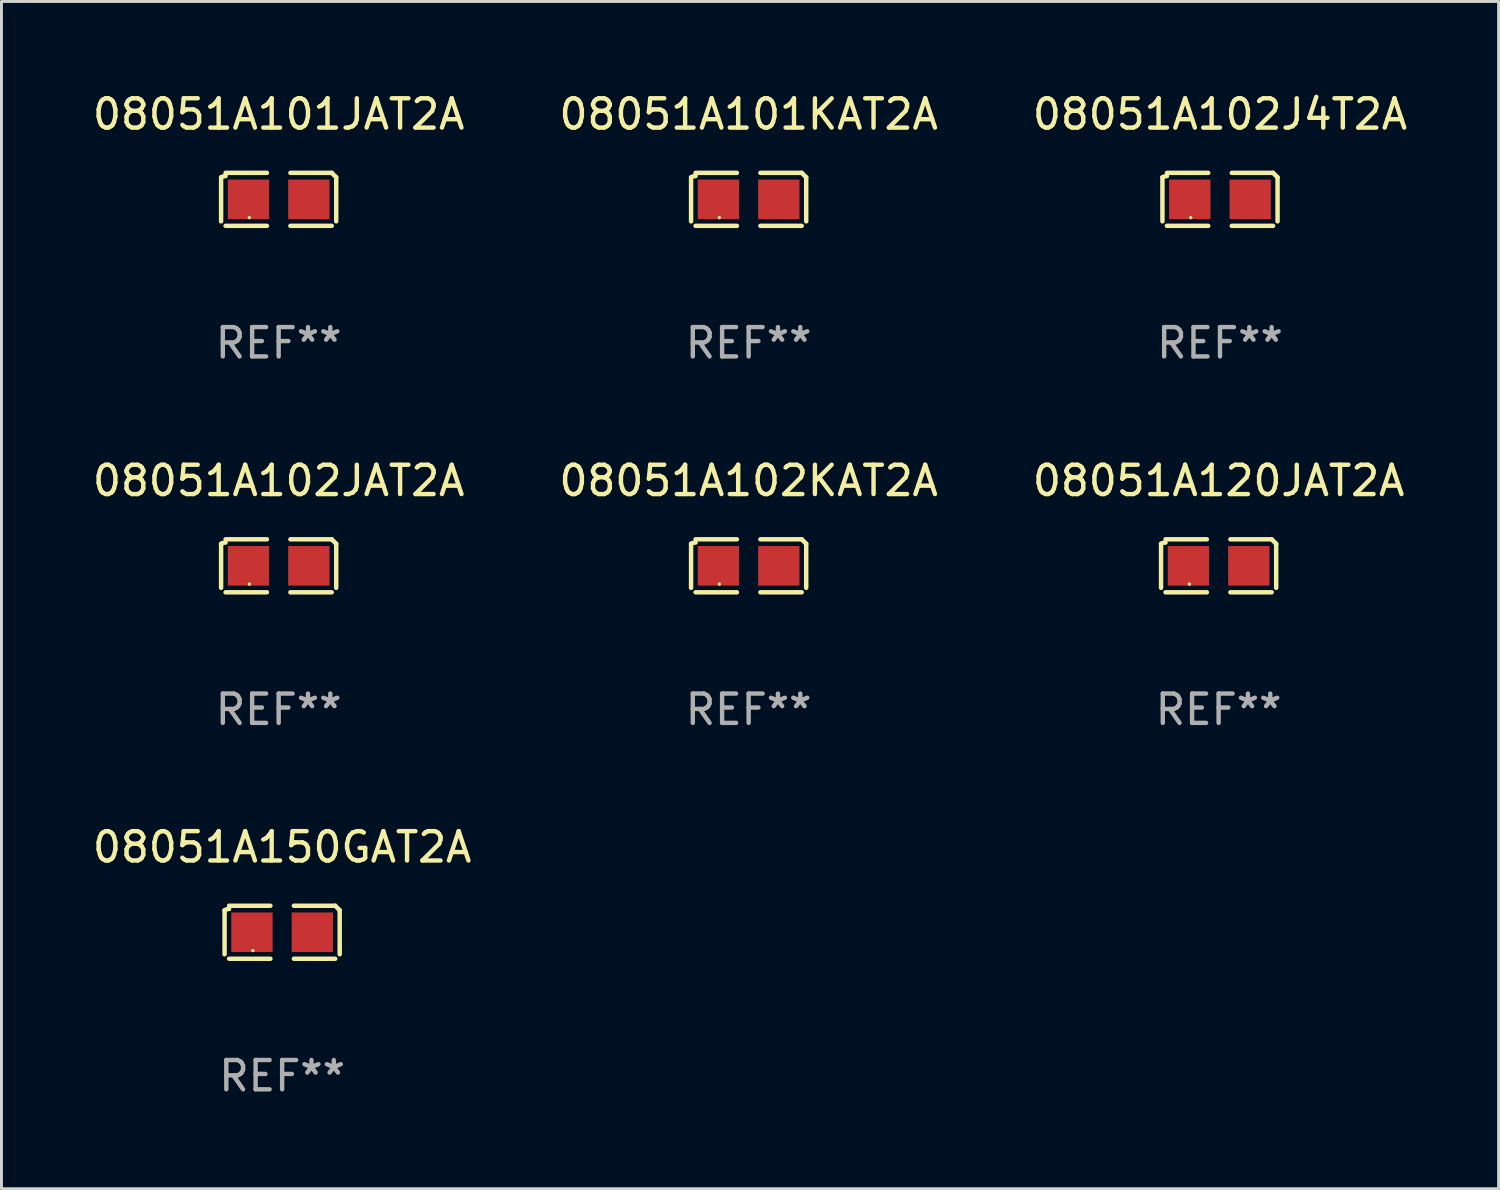
<source format=kicad_pcb>
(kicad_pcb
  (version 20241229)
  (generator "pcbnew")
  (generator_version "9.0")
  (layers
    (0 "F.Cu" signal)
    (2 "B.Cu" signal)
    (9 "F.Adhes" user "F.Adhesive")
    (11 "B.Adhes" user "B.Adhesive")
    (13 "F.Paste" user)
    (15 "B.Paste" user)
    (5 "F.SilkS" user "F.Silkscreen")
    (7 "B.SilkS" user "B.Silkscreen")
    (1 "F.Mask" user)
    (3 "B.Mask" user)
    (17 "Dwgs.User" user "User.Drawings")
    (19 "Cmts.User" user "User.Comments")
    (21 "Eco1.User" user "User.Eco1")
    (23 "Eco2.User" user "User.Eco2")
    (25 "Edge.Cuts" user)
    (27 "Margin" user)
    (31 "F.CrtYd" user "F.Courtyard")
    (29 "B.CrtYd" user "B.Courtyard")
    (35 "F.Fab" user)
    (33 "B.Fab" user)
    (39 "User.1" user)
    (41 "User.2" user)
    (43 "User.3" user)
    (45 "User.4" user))
  (footprint "08051A101JAT2A"
    (layer "F.Cu")
    (at 6.458 3.752)
    (property "Reference" "08051A101JAT2A" (at 0 -2.904 0) (layer "F.SilkS") (effects (font (size 1 1) (thickness 0.15))))
    (attr through_hole)
    (fp_line (start -1.964 0.751) (end -1.964 -0.751) (stroke (width 0.152) (type solid)) (layer "F.SilkS"))
    (fp_line (start -1.811 -0.904) (end -0.401 -0.904) (stroke (width 0.152) (type solid)) (layer "F.SilkS"))
    (fp_line (start -0.401 0.904) (end -1.811 0.904) (stroke (width 0.152) (type solid)) (layer "F.SilkS"))
    (fp_line (start 0.401 0.904) (end 1.811 0.904) (stroke (width 0.152) (type solid)) (layer "F.SilkS"))
    (fp_line (start 1.811 -0.904) (end 0.401 -0.904) (stroke (width 0.152) (type solid)) (layer "F.SilkS"))
    (fp_line (start 1.964 0.751) (end 1.964 -0.751) (stroke (width 0.152) (type solid)) (layer "F.SilkS"))
    (fp_arc (start -1.963602 -0.751207) (mid -1.890354 -0.783131) (end -1.811201 -0.794044) (stroke (width 0.1524) (type solid)) (layer "F.SilkS"))
    (fp_arc (start 1.811202 -0.903607) (mid 1.887413 -0.827418) (end 1.963602 -0.751207) (stroke (width 0.1524) (type solid)) (layer "F.SilkS"))
    (fp_circle (center -1 0.625) (end -0.97 0.625) (stroke (width 0.06) (type solid)) (fill no) (layer "F.SilkS"))
    (fp_text user "REF**" (at 0 4.904 0) (layer "F.Fab") (effects (font (size 1 1) (thickness 0.15))))
    (pad "1" smd rect (at -1.03 0) (size 1.41 1.35) (layers "F.Cu" "F.Mask" "F.Paste"))
    (pad "2" smd rect (at 1.03 0) (size 1.41 1.35) (layers "F.Cu" "F.Mask" "F.Paste")))
  (footprint "08051A102JAT2A"
    (layer "F.Cu")
    (at 6.458 16.256)
    (property "Reference" "08051A102JAT2A" (at 0 -2.904 0) (layer "F.SilkS") (effects (font (size 1 1) (thickness 0.15))))
    (attr through_hole)
    (fp_line (start -1.964 0.751) (end -1.964 -0.751) (stroke (width 0.152) (type solid)) (layer "F.SilkS"))
    (fp_line (start -1.811 -0.904) (end -0.401 -0.904) (stroke (width 0.152) (type solid)) (layer "F.SilkS"))
    (fp_line (start -0.401 0.904) (end -1.811 0.904) (stroke (width 0.152) (type solid)) (layer "F.SilkS"))
    (fp_line (start 0.401 0.904) (end 1.811 0.904) (stroke (width 0.152) (type solid)) (layer "F.SilkS"))
    (fp_line (start 1.811 -0.904) (end 0.401 -0.904) (stroke (width 0.152) (type solid)) (layer "F.SilkS"))
    (fp_line (start 1.964 0.751) (end 1.964 -0.751) (stroke (width 0.152) (type solid)) (layer "F.SilkS"))
    (fp_arc (start -1.963602 -0.751207) (mid -1.890354 -0.783131) (end -1.811201 -0.794044) (stroke (width 0.1524) (type solid)) (layer "F.SilkS"))
    (fp_arc (start 1.811202 -0.903607) (mid 1.887413 -0.827418) (end 1.963602 -0.751207) (stroke (width 0.1524) (type solid)) (layer "F.SilkS"))
    (fp_circle (center -1 0.625) (end -0.97 0.625) (stroke (width 0.06) (type solid)) (fill no) (layer "F.SilkS"))
    (fp_text user "REF**" (at 0 4.904 0) (layer "F.Fab") (effects (font (size 1 1) (thickness 0.15))))
    (pad "1" smd rect (at -1.03 0) (size 1.41 1.35) (layers "F.Cu" "F.Mask" "F.Paste"))
    (pad "2" smd rect (at 1.03 0) (size 1.41 1.35) (layers "F.Cu" "F.Mask" "F.Paste")))
  (footprint "08051A102KAT2A"
    (layer "F.Cu")
    (at 22.494 16.256)
    (property "Reference" "08051A102KAT2A" (at 0 -2.904 0) (layer "F.SilkS") (effects (font (size 1 1) (thickness 0.15))))
    (attr through_hole)
    (fp_line (start -1.964 0.751) (end -1.964 -0.751) (stroke (width 0.152) (type solid)) (layer "F.SilkS"))
    (fp_line (start -1.811 -0.904) (end -0.401 -0.904) (stroke (width 0.152) (type solid)) (layer "F.SilkS"))
    (fp_line (start -0.401 0.904) (end -1.811 0.904) (stroke (width 0.152) (type solid)) (layer "F.SilkS"))
    (fp_line (start 0.401 0.904) (end 1.811 0.904) (stroke (width 0.152) (type solid)) (layer "F.SilkS"))
    (fp_line (start 1.811 -0.904) (end 0.401 -0.904) (stroke (width 0.152) (type solid)) (layer "F.SilkS"))
    (fp_line (start 1.964 0.751) (end 1.964 -0.751) (stroke (width 0.152) (type solid)) (layer "F.SilkS"))
    (fp_arc (start -1.963602 -0.751207) (mid -1.890354 -0.783131) (end -1.811201 -0.794044) (stroke (width 0.1524) (type solid)) (layer "F.SilkS"))
    (fp_arc (start 1.811202 -0.903607) (mid 1.887413 -0.827418) (end 1.963602 -0.751207) (stroke (width 0.1524) (type solid)) (layer "F.SilkS"))
    (fp_circle (center -1 0.625) (end -0.97 0.625) (stroke (width 0.06) (type solid)) (fill no) (layer "F.SilkS"))
    (fp_text user "REF**" (at 0 4.904 0) (layer "F.Fab") (effects (font (size 1 1) (thickness 0.15))))
    (pad "1" smd rect (at -1.03 0) (size 1.41 1.35) (layers "F.Cu" "F.Mask" "F.Paste"))
    (pad "2" smd rect (at 1.03 0) (size 1.41 1.35) (layers "F.Cu" "F.Mask" "F.Paste")))
  (footprint "08051A102J4T2A"
    (layer "F.Cu")
    (at 38.577 3.752)
    (property "Reference" "08051A102J4T2A" (at 0 -2.904 0) (layer "F.SilkS") (effects (font (size 1 1) (thickness 0.15))))
    (attr through_hole)
    (fp_line (start -1.964 0.751) (end -1.964 -0.751) (stroke (width 0.152) (type solid)) (layer "F.SilkS"))
    (fp_line (start -1.811 -0.904) (end -0.401 -0.904) (stroke (width 0.152) (type solid)) (layer "F.SilkS"))
    (fp_line (start -0.401 0.904) (end -1.811 0.904) (stroke (width 0.152) (type solid)) (layer "F.SilkS"))
    (fp_line (start 0.401 0.904) (end 1.811 0.904) (stroke (width 0.152) (type solid)) (layer "F.SilkS"))
    (fp_line (start 1.811 -0.904) (end 0.401 -0.904) (stroke (width 0.152) (type solid)) (layer "F.SilkS"))
    (fp_line (start 1.964 0.751) (end 1.964 -0.751) (stroke (width 0.152) (type solid)) (layer "F.SilkS"))
    (fp_arc (start -1.963602 -0.751207) (mid -1.890354 -0.783131) (end -1.811201 -0.794044) (stroke (width 0.1524) (type solid)) (layer "F.SilkS"))
    (fp_arc (start 1.811202 -0.903607) (mid 1.887413 -0.827418) (end 1.963602 -0.751207) (stroke (width 0.1524) (type solid)) (layer "F.SilkS"))
    (fp_circle (center -1 0.625) (end -0.97 0.625) (stroke (width 0.06) (type solid)) (fill no) (layer "F.SilkS"))
    (fp_text user "REF**" (at 0 4.904 0) (layer "F.Fab") (effects (font (size 1 1) (thickness 0.15))))
    (pad "1" smd rect (at -1.03 0) (size 1.41 1.35) (layers "F.Cu" "F.Mask" "F.Paste"))
    (pad "2" smd rect (at 1.03 0) (size 1.41 1.35) (layers "F.Cu" "F.Mask" "F.Paste")))
  (footprint "08051A101KAT2A"
    (layer "F.Cu")
    (at 22.494 3.752)
    (property "Reference" "08051A101KAT2A" (at 0 -2.904 0) (layer "F.SilkS") (effects (font (size 1 1) (thickness 0.15))))
    (attr through_hole)
    (fp_line (start -1.964 0.751) (end -1.964 -0.751) (stroke (width 0.152) (type solid)) (layer "F.SilkS"))
    (fp_line (start -1.811 -0.904) (end -0.401 -0.904) (stroke (width 0.152) (type solid)) (layer "F.SilkS"))
    (fp_line (start -0.401 0.904) (end -1.811 0.904) (stroke (width 0.152) (type solid)) (layer "F.SilkS"))
    (fp_line (start 0.401 0.904) (end 1.811 0.904) (stroke (width 0.152) (type solid)) (layer "F.SilkS"))
    (fp_line (start 1.811 -0.904) (end 0.401 -0.904) (stroke (width 0.152) (type solid)) (layer "F.SilkS"))
    (fp_line (start 1.964 0.751) (end 1.964 -0.751) (stroke (width 0.152) (type solid)) (layer "F.SilkS"))
    (fp_arc (start -1.963602 -0.751207) (mid -1.890354 -0.783131) (end -1.811201 -0.794044) (stroke (width 0.1524) (type solid)) (layer "F.SilkS"))
    (fp_arc (start 1.811202 -0.903607) (mid 1.887413 -0.827418) (end 1.963602 -0.751207) (stroke (width 0.1524) (type solid)) (layer "F.SilkS"))
    (fp_circle (center -1 0.625) (end -0.97 0.625) (stroke (width 0.06) (type solid)) (fill no) (layer "F.SilkS"))
    (fp_text user "REF**" (at 0 4.904 0) (layer "F.Fab") (effects (font (size 1 1) (thickness 0.15))))
    (pad "1" smd rect (at -1.03 0) (size 1.41 1.35) (layers "F.Cu" "F.Mask" "F.Paste"))
    (pad "2" smd rect (at 1.03 0) (size 1.41 1.35) (layers "F.Cu" "F.Mask" "F.Paste")))
  (footprint "08051A120JAT2A"
    (layer "F.Cu")
    (at 38.53 16.256)
    (property "Reference" "08051A120JAT2A" (at 0 -2.904 0) (layer "F.SilkS") (effects (font (size 1 1) (thickness 0.15))))
    (attr through_hole)
    (fp_line (start -1.964 0.751) (end -1.964 -0.751) (stroke (width 0.152) (type solid)) (layer "F.SilkS"))
    (fp_line (start -1.811 -0.904) (end -0.401 -0.904) (stroke (width 0.152) (type solid)) (layer "F.SilkS"))
    (fp_line (start -0.401 0.904) (end -1.811 0.904) (stroke (width 0.152) (type solid)) (layer "F.SilkS"))
    (fp_line (start 0.401 0.904) (end 1.811 0.904) (stroke (width 0.152) (type solid)) (layer "F.SilkS"))
    (fp_line (start 1.811 -0.904) (end 0.401 -0.904) (stroke (width 0.152) (type solid)) (layer "F.SilkS"))
    (fp_line (start 1.964 0.751) (end 1.964 -0.751) (stroke (width 0.152) (type solid)) (layer "F.SilkS"))
    (fp_arc (start -1.963602 -0.751207) (mid -1.890354 -0.783131) (end -1.811201 -0.794044) (stroke (width 0.1524) (type solid)) (layer "F.SilkS"))
    (fp_arc (start 1.811202 -0.903607) (mid 1.887413 -0.827418) (end 1.963602 -0.751207) (stroke (width 0.1524) (type solid)) (layer "F.SilkS"))
    (fp_circle (center -1 0.625) (end -0.97 0.625) (stroke (width 0.06) (type solid)) (fill no) (layer "F.SilkS"))
    (fp_text user "REF**" (at 0 4.904 0) (layer "F.Fab") (effects (font (size 1 1) (thickness 0.15))))
    (pad "1" smd rect (at -1.03 0) (size 1.41 1.35) (layers "F.Cu" "F.Mask" "F.Paste"))
    (pad "2" smd rect (at 1.03 0) (size 1.41 1.35) (layers "F.Cu" "F.Mask" "F.Paste")))
  (footprint "08051A150GAT2A"
    (layer "F.Cu")
    (at 6.577 28.759)
    (property "Reference" "08051A150GAT2A" (at 0 -2.904 0) (layer "F.SilkS") (effects (font (size 1 1) (thickness 0.15))))
    (attr through_hole)
    (fp_line (start -1.964 0.751) (end -1.964 -0.751) (stroke (width 0.152) (type solid)) (layer "F.SilkS"))
    (fp_line (start -1.811 -0.904) (end -0.401 -0.904) (stroke (width 0.152) (type solid)) (layer "F.SilkS"))
    (fp_line (start -0.401 0.904) (end -1.811 0.904) (stroke (width 0.152) (type solid)) (layer "F.SilkS"))
    (fp_line (start 0.401 0.904) (end 1.811 0.904) (stroke (width 0.152) (type solid)) (layer "F.SilkS"))
    (fp_line (start 1.811 -0.904) (end 0.401 -0.904) (stroke (width 0.152) (type solid)) (layer "F.SilkS"))
    (fp_line (start 1.964 0.751) (end 1.964 -0.751) (stroke (width 0.152) (type solid)) (layer "F.SilkS"))
    (fp_arc (start -1.963602 -0.751207) (mid -1.890354 -0.783131) (end -1.811201 -0.794044) (stroke (width 0.1524) (type solid)) (layer "F.SilkS"))
    (fp_arc (start 1.811202 -0.903607) (mid 1.887413 -0.827418) (end 1.963602 -0.751207) (stroke (width 0.1524) (type solid)) (layer "F.SilkS"))
    (fp_circle (center -1 0.625) (end -0.97 0.625) (stroke (width 0.06) (type solid)) (fill no) (layer "F.SilkS"))
    (fp_text user "REF**" (at 0 4.904 0) (layer "F.Fab") (effects (font (size 1 1) (thickness 0.15))))
    (pad "1" smd rect (at -1.03 0) (size 1.41 1.35) (layers "F.Cu" "F.Mask" "F.Paste"))
    (pad "2" smd rect (at 1.03 0) (size 1.41 1.35) (layers "F.Cu" "F.Mask" "F.Paste")))
  (gr_rect
    (start -3 -3)
    (end 48.083 37.511)
    (stroke (width 0.1) (type default))
    (fill no)
    (layer "Edge.Cuts")))
</source>
